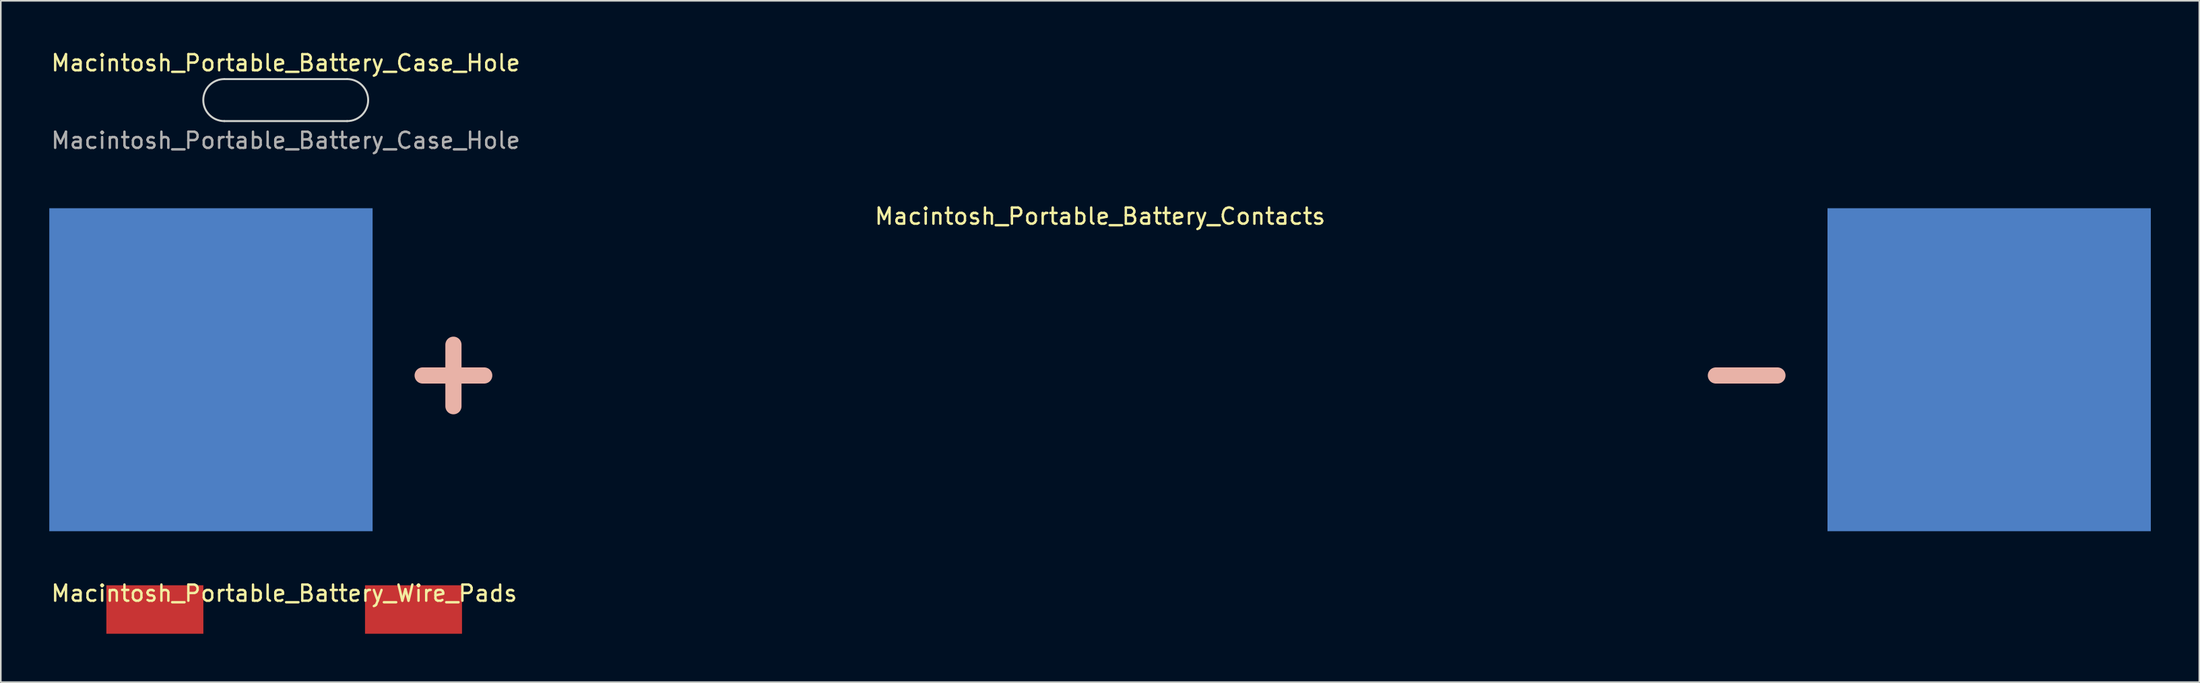
<source format=kicad_pcb>
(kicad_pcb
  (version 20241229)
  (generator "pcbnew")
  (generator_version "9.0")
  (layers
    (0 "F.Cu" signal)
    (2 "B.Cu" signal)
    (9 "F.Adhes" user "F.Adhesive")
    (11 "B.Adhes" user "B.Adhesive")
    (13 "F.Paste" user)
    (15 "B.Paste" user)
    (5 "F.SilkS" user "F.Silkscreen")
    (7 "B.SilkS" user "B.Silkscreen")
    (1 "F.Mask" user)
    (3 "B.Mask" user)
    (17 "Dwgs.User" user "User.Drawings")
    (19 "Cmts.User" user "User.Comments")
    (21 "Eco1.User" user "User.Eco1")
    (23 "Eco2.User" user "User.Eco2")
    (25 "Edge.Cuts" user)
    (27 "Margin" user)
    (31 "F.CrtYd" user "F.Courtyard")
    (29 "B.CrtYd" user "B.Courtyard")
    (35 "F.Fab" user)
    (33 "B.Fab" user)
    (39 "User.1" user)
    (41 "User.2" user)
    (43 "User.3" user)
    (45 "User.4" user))
  (footprint "Macintosh_Portable_Battery_Case_Hole"
    (layer "F.Cu")
    (at 14.625 3.148)
    (property "Reference" "Macintosh_Portable_Battery_Case_Hole" (at 0 -2.3 0) (unlocked yes) (layer "F.SilkS") (effects (font (size 1 1) (thickness 0.15))))
    (attr board_only exclude_from_bom)
    (fp_line (start -3.8 -1.3) (end 3.8 -1.3) (stroke (width 0.12) (type solid)) (layer "Edge.Cuts"))
    (fp_line (start 3.8 1.3) (end -3.8 1.3) (stroke (width 0.12) (type solid)) (layer "Edge.Cuts"))
    (fp_arc (start -3.8 1.3) (mid -5.1 0) (end -3.8 -1.3) (stroke (width 0.12) (type solid)) (layer "Edge.Cuts"))
    (fp_arc (start 3.8 -1.3) (mid 5.1 0) (end 3.8 1.3) (stroke (width 0.12) (type solid)) (layer "Edge.Cuts"))
    (fp_text user "${REFERENCE}" (at 0 2.5 0) (unlocked yes) (layer "F.Fab") (effects (font (size 1 1) (thickness 0.15)))))
  (footprint "Macintosh_Portable_Battery_Contacts"
    (layer "F.Cu")
    (at 65 9.845)
    (property "Reference" "Macintosh_Portable_Battery_Contacts" (at 0 0.5 0) (layer "F.SilkS") (effects (font (size 1 1) (thickness 0.15))))
    (attr through_hole)
    (fp_text user "+" (at -40 10 0) (layer "B.SilkS") (effects (font (size 5 5) (thickness 1))))
    (fp_text user "-" (at 40 10 0) (layer "B.SilkS") (effects (font (size 5 5) (thickness 1))))
    (pad "1" smd rect (at -55 10) (size 20 20) (layers "B.Cu" "B.Mask"))
    (pad "2" smd rect (at 55 10) (size 20 20) (layers "B.Cu" "B.Mask")))
  (footprint "Macintosh_Portable_Battery_Wire_Pads"
    (layer "F.Cu")
    (at 14.53 33.193)
    (property "Reference" "Macintosh_Portable_Battery_Wire_Pads" (at 0 0.5 0) (layer "F.SilkS") (effects (font (size 1 1) (thickness 0.15))))
    (attr through_hole)
    (pad "1" smd rect (at -8 1.5) (size 6 3) (layers "F.Cu" "F.Mask"))
    (pad "2" smd rect (at 8 1.5) (size 6 3) (layers "F.Cu" "F.Mask")))
  (gr_rect
    (start -3 -3)
    (end 133 39.193)
    (stroke (width 0.1) (type default))
    (fill no)
    (layer "Edge.Cuts")))
</source>
